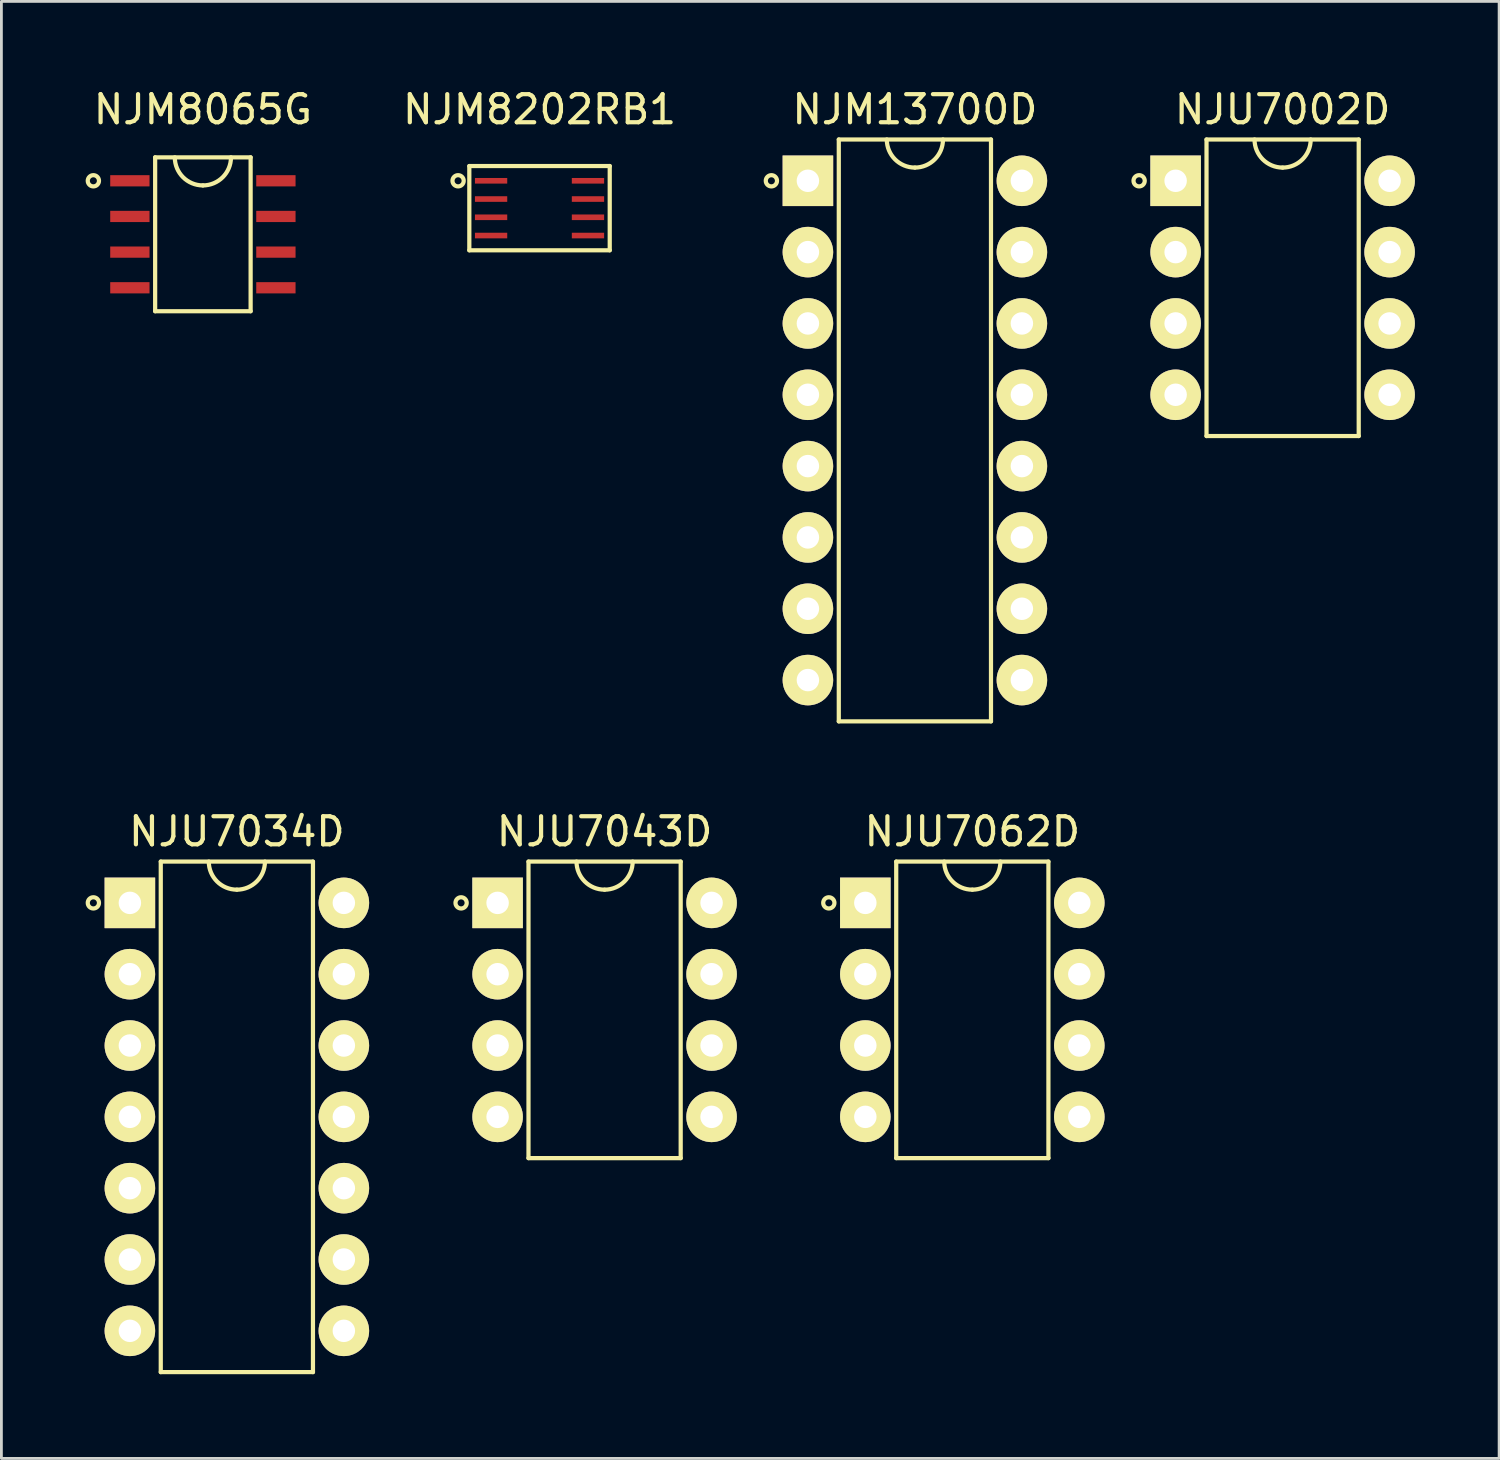
<source format=kicad_pcb>
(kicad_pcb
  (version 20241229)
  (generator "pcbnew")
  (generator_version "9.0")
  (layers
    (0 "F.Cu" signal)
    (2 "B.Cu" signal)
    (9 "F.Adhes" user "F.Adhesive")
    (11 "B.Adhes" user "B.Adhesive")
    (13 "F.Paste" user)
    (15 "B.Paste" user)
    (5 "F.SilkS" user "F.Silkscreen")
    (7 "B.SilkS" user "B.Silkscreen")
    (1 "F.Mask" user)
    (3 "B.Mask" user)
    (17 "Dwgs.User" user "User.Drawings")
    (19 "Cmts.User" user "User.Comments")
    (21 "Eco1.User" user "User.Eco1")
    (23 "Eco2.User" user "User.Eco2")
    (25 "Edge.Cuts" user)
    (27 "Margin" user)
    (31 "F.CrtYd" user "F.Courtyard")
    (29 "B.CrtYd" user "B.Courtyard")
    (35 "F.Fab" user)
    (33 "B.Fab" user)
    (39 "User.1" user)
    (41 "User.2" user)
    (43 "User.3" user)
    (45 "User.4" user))
  (footprint "NJU7034D"
    (layer "F.Cu")
    (at 1.575 29.102)
    (property "Reference" "NJU7034D" (at 3.81 -2.54 0) (layer "F.SilkS") (effects (font (size 1 1) (thickness 0.15))))
    (attr through_hole)
    (fp_line (start 1.1 -1.47) (end 6.52 -1.47) (stroke (width 0.15) (type solid)) (layer "F.SilkS"))
    (fp_line (start 1.1 16.71) (end 1.1 -1.47) (stroke (width 0.15) (type solid)) (layer "F.SilkS"))
    (fp_line (start 6.52 -1.47) (end 6.52 16.71) (stroke (width 0.15) (type solid)) (layer "F.SilkS"))
    (fp_line (start 6.52 16.71) (end 1.1 16.71) (stroke (width 0.15) (type solid)) (layer "F.SilkS"))
    (fp_arc (start 3.81 -0.47) (mid 3.102893 -0.762893) (end 2.81 -1.47) (stroke (width 0.15) (type solid)) (layer "F.SilkS"))
    (fp_arc (start 4.81 -1.47) (mid 4.517107 -0.762893) (end 3.81 -0.47) (stroke (width 0.15) (type solid)) (layer "F.SilkS"))
    (fp_circle (center -1.3 0) (end -1.3 0.2) (stroke (width 0.15) (type solid)) (fill no) (layer "F.SilkS"))
    (pad "1" thru_hole rect (at 0 0) (size 1.8 1.8) (drill 0.8) (layers "*.Cu" "*.Mask" "F.SilkS"))
    (pad "2" thru_hole circle (at 0 2.54) (size 1.8 1.8) (drill 0.8) (layers "*.Cu" "*.Mask" "F.SilkS"))
    (pad "3" thru_hole circle (at 0 5.08) (size 1.8 1.8) (drill 0.8) (layers "*.Cu" "*.Mask" "F.SilkS"))
    (pad "4" thru_hole circle (at 0 7.62) (size 1.8 1.8) (drill 0.8) (layers "*.Cu" "*.Mask" "F.SilkS"))
    (pad "5" thru_hole circle (at 0 10.16) (size 1.8 1.8) (drill 0.8) (layers "*.Cu" "*.Mask" "F.SilkS"))
    (pad "6" thru_hole circle (at 0 12.7) (size 1.8 1.8) (drill 0.8) (layers "*.Cu" "*.Mask" "F.SilkS"))
    (pad "7" thru_hole circle (at 0 15.24) (size 1.8 1.8) (drill 0.8) (layers "*.Cu" "*.Mask" "F.SilkS"))
    (pad "8" thru_hole circle (at 7.62 15.24) (size 1.8 1.8) (drill 0.8) (layers "*.Cu" "*.Mask" "F.SilkS"))
    (pad "9" thru_hole circle (at 7.62 12.7) (size 1.8 1.8) (drill 0.8) (layers "*.Cu" "*.Mask" "F.SilkS"))
    (pad "10" thru_hole circle (at 7.62 10.16) (size 1.8 1.8) (drill 0.8) (layers "*.Cu" "*.Mask" "F.SilkS"))
    (pad "11" thru_hole circle (at 7.62 7.62) (size 1.8 1.8) (drill 0.8) (layers "*.Cu" "*.Mask" "F.SilkS"))
    (pad "12" thru_hole circle (at 7.62 5.08) (size 1.8 1.8) (drill 0.8) (layers "*.Cu" "*.Mask" "F.SilkS"))
    (pad "13" thru_hole circle (at 7.62 2.54) (size 1.8 1.8) (drill 0.8) (layers "*.Cu" "*.Mask" "F.SilkS"))
    (pad "14" thru_hole circle (at 7.62 0) (size 1.8 1.8) (drill 0.8) (layers "*.Cu" "*.Mask" "F.SilkS")))
  (footprint "NJU7002D"
    (layer "F.Cu")
    (at 38.815 3.388)
    (property "Reference" "NJU7002D" (at 3.81 -2.54 0) (layer "F.SilkS") (effects (font (size 1 1) (thickness 0.15))))
    (attr through_hole)
    (fp_line (start 1.1 -1.47) (end 6.52 -1.47) (stroke (width 0.15) (type solid)) (layer "F.SilkS"))
    (fp_line (start 1.1 9.09) (end 1.1 -1.47) (stroke (width 0.15) (type solid)) (layer "F.SilkS"))
    (fp_line (start 6.52 -1.47) (end 6.52 9.09) (stroke (width 0.15) (type solid)) (layer "F.SilkS"))
    (fp_line (start 6.52 9.09) (end 1.1 9.09) (stroke (width 0.15) (type solid)) (layer "F.SilkS"))
    (fp_arc (start 3.81 -0.47) (mid 3.102893 -0.762893) (end 2.81 -1.47) (stroke (width 0.15) (type solid)) (layer "F.SilkS"))
    (fp_arc (start 4.81 -1.47) (mid 4.517107 -0.762893) (end 3.81 -0.47) (stroke (width 0.15) (type solid)) (layer "F.SilkS"))
    (fp_circle (center -1.3 0) (end -1.3 0.2) (stroke (width 0.15) (type solid)) (fill no) (layer "F.SilkS"))
    (pad "1" thru_hole rect (at 0 0) (size 1.8 1.8) (drill 0.8) (layers "*.Cu" "*.Mask" "F.SilkS"))
    (pad "2" thru_hole circle (at 0 2.54) (size 1.8 1.8) (drill 0.8) (layers "*.Cu" "*.Mask" "F.SilkS"))
    (pad "3" thru_hole circle (at 0 5.08) (size 1.8 1.8) (drill 0.8) (layers "*.Cu" "*.Mask" "F.SilkS"))
    (pad "4" thru_hole circle (at 0 7.62) (size 1.8 1.8) (drill 0.8) (layers "*.Cu" "*.Mask" "F.SilkS"))
    (pad "5" thru_hole circle (at 7.62 7.62) (size 1.8 1.8) (drill 0.8) (layers "*.Cu" "*.Mask" "F.SilkS"))
    (pad "6" thru_hole circle (at 7.62 5.08) (size 1.8 1.8) (drill 0.8) (layers "*.Cu" "*.Mask" "F.SilkS"))
    (pad "7" thru_hole circle (at 7.62 2.54) (size 1.8 1.8) (drill 0.8) (layers "*.Cu" "*.Mask" "F.SilkS"))
    (pad "8" thru_hole circle (at 7.62 0) (size 1.8 1.8) (drill 0.8) (layers "*.Cu" "*.Mask" "F.SilkS")))
  (footprint "NJM8065G"
    (layer "F.Cu")
    (at 1.575 3.388)
    (property "Reference" "NJM8065G" (at 2.6 -2.54 0) (layer "F.SilkS") (effects (font (size 1 1) (thickness 0.15))))
    (attr through_hole)
    (fp_line (start 0.9 -0.835) (end 4.3 -0.835) (stroke (width 0.15) (type solid)) (layer "F.SilkS"))
    (fp_line (start 0.9 4.645) (end 0.9 -0.835) (stroke (width 0.15) (type solid)) (layer "F.SilkS"))
    (fp_line (start 4.3 -0.835) (end 4.3 4.645) (stroke (width 0.15) (type solid)) (layer "F.SilkS"))
    (fp_line (start 4.3 4.645) (end 0.9 4.645) (stroke (width 0.15) (type solid)) (layer "F.SilkS"))
    (fp_arc (start 2.6 0.165) (mid 1.892893 -0.127893) (end 1.6 -0.835) (stroke (width 0.15) (type solid)) (layer "F.SilkS"))
    (fp_arc (start 3.6 -0.835) (mid 3.307107 -0.127893) (end 2.6 0.165) (stroke (width 0.15) (type solid)) (layer "F.SilkS"))
    (fp_circle (center -1.3 0) (end -1.3 0.2) (stroke (width 0.15) (type solid)) (fill no) (layer "F.SilkS"))
    (pad "1" smd rect (at 0 0) (size 1.4 0.4) (layers "F.Cu" "F.Mask" "F.Paste"))
    (pad "2" smd rect (at 0 1.27) (size 1.4 0.4) (layers "F.Cu" "F.Mask" "F.Paste"))
    (pad "3" smd rect (at 0 2.54) (size 1.4 0.4) (layers "F.Cu" "F.Mask" "F.Paste"))
    (pad "4" smd rect (at 0 3.81) (size 1.4 0.4) (layers "F.Cu" "F.Mask" "F.Paste"))
    (pad "5" smd rect (at 5.2 3.81) (size 1.4 0.4) (layers "F.Cu" "F.Mask" "F.Paste"))
    (pad "6" smd rect (at 5.2 2.54) (size 1.4 0.4) (layers "F.Cu" "F.Mask" "F.Paste"))
    (pad "7" smd rect (at 5.2 1.27) (size 1.4 0.4) (layers "F.Cu" "F.Mask" "F.Paste"))
    (pad "8" smd rect (at 5.2 0) (size 1.4 0.4) (layers "F.Cu" "F.Mask" "F.Paste")))
  (footprint "NJU7062D"
    (layer "F.Cu")
    (at 27.765 29.102)
    (property "Reference" "NJU7062D" (at 3.81 -2.54 0) (layer "F.SilkS") (effects (font (size 1 1) (thickness 0.15))))
    (attr through_hole)
    (fp_line (start 1.1 -1.47) (end 6.52 -1.47) (stroke (width 0.15) (type solid)) (layer "F.SilkS"))
    (fp_line (start 1.1 9.09) (end 1.1 -1.47) (stroke (width 0.15) (type solid)) (layer "F.SilkS"))
    (fp_line (start 6.52 -1.47) (end 6.52 9.09) (stroke (width 0.15) (type solid)) (layer "F.SilkS"))
    (fp_line (start 6.52 9.09) (end 1.1 9.09) (stroke (width 0.15) (type solid)) (layer "F.SilkS"))
    (fp_arc (start 3.81 -0.47) (mid 3.102893 -0.762893) (end 2.81 -1.47) (stroke (width 0.15) (type solid)) (layer "F.SilkS"))
    (fp_arc (start 4.81 -1.47) (mid 4.517107 -0.762893) (end 3.81 -0.47) (stroke (width 0.15) (type solid)) (layer "F.SilkS"))
    (fp_circle (center -1.3 0) (end -1.3 0.2) (stroke (width 0.15) (type solid)) (fill no) (layer "F.SilkS"))
    (pad "1" thru_hole rect (at 0 0) (size 1.8 1.8) (drill 0.8) (layers "*.Cu" "*.Mask" "F.SilkS"))
    (pad "2" thru_hole circle (at 0 2.54) (size 1.8 1.8) (drill 0.8) (layers "*.Cu" "*.Mask" "F.SilkS"))
    (pad "3" thru_hole circle (at 0 5.08) (size 1.8 1.8) (drill 0.8) (layers "*.Cu" "*.Mask" "F.SilkS"))
    (pad "4" thru_hole circle (at 0 7.62) (size 1.8 1.8) (drill 0.8) (layers "*.Cu" "*.Mask" "F.SilkS"))
    (pad "5" thru_hole circle (at 7.62 7.62) (size 1.8 1.8) (drill 0.8) (layers "*.Cu" "*.Mask" "F.SilkS"))
    (pad "6" thru_hole circle (at 7.62 5.08) (size 1.8 1.8) (drill 0.8) (layers "*.Cu" "*.Mask" "F.SilkS"))
    (pad "7" thru_hole circle (at 7.62 2.54) (size 1.8 1.8) (drill 0.8) (layers "*.Cu" "*.Mask" "F.SilkS"))
    (pad "8" thru_hole circle (at 7.62 0) (size 1.8 1.8) (drill 0.8) (layers "*.Cu" "*.Mask" "F.SilkS")))
  (footprint "NJM13700D"
    (layer "F.Cu")
    (at 25.72 3.388)
    (property "Reference" "NJM13700D" (at 3.81 -2.54 0) (layer "F.SilkS") (effects (font (size 1 1) (thickness 0.15))))
    (attr through_hole)
    (fp_line (start 1.1 -1.47) (end 6.52 -1.47) (stroke (width 0.15) (type solid)) (layer "F.SilkS"))
    (fp_line (start 1.1 19.25) (end 1.1 -1.47) (stroke (width 0.15) (type solid)) (layer "F.SilkS"))
    (fp_line (start 6.52 -1.47) (end 6.52 19.25) (stroke (width 0.15) (type solid)) (layer "F.SilkS"))
    (fp_line (start 6.52 19.25) (end 1.1 19.25) (stroke (width 0.15) (type solid)) (layer "F.SilkS"))
    (fp_arc (start 3.81 -0.47) (mid 3.102893 -0.762893) (end 2.81 -1.47) (stroke (width 0.15) (type solid)) (layer "F.SilkS"))
    (fp_arc (start 4.81 -1.47) (mid 4.517107 -0.762893) (end 3.81 -0.47) (stroke (width 0.15) (type solid)) (layer "F.SilkS"))
    (fp_circle (center -1.3 0) (end -1.3 0.2) (stroke (width 0.15) (type solid)) (fill no) (layer "F.SilkS"))
    (pad "1" thru_hole rect (at 0 0) (size 1.8 1.8) (drill 0.8) (layers "*.Cu" "*.Mask" "F.SilkS"))
    (pad "2" thru_hole circle (at 0 2.54) (size 1.8 1.8) (drill 0.8) (layers "*.Cu" "*.Mask" "F.SilkS"))
    (pad "3" thru_hole circle (at 0 5.08) (size 1.8 1.8) (drill 0.8) (layers "*.Cu" "*.Mask" "F.SilkS"))
    (pad "4" thru_hole circle (at 0 7.62) (size 1.8 1.8) (drill 0.8) (layers "*.Cu" "*.Mask" "F.SilkS"))
    (pad "5" thru_hole circle (at 0 10.16) (size 1.8 1.8) (drill 0.8) (layers "*.Cu" "*.Mask" "F.SilkS"))
    (pad "6" thru_hole circle (at 0 12.7) (size 1.8 1.8) (drill 0.8) (layers "*.Cu" "*.Mask" "F.SilkS"))
    (pad "7" thru_hole circle (at 0 15.24) (size 1.8 1.8) (drill 0.8) (layers "*.Cu" "*.Mask" "F.SilkS"))
    (pad "8" thru_hole circle (at 0 17.78) (size 1.8 1.8) (drill 0.8) (layers "*.Cu" "*.Mask" "F.SilkS"))
    (pad "9" thru_hole circle (at 7.62 17.78) (size 1.8 1.8) (drill 0.8) (layers "*.Cu" "*.Mask" "F.SilkS"))
    (pad "10" thru_hole circle (at 7.62 15.24) (size 1.8 1.8) (drill 0.8) (layers "*.Cu" "*.Mask" "F.SilkS"))
    (pad "11" thru_hole circle (at 7.62 12.7) (size 1.8 1.8) (drill 0.8) (layers "*.Cu" "*.Mask" "F.SilkS"))
    (pad "12" thru_hole circle (at 7.62 10.16) (size 1.8 1.8) (drill 0.8) (layers "*.Cu" "*.Mask" "F.SilkS"))
    (pad "13" thru_hole circle (at 7.62 7.62) (size 1.8 1.8) (drill 0.8) (layers "*.Cu" "*.Mask" "F.SilkS"))
    (pad "14" thru_hole circle (at 7.62 5.08) (size 1.8 1.8) (drill 0.8) (layers "*.Cu" "*.Mask" "F.SilkS"))
    (pad "15" thru_hole circle (at 7.62 2.54) (size 1.8 1.8) (drill 0.8) (layers "*.Cu" "*.Mask" "F.SilkS"))
    (pad "16" thru_hole circle (at 7.62 0) (size 1.8 1.8) (drill 0.8) (layers "*.Cu" "*.Mask" "F.SilkS")))
  (footprint "NJU7043D"
    (layer "F.Cu")
    (at 14.67 29.102)
    (property "Reference" "NJU7043D" (at 3.81 -2.54 0) (layer "F.SilkS") (effects (font (size 1 1) (thickness 0.15))))
    (attr through_hole)
    (fp_line (start 1.1 -1.47) (end 6.52 -1.47) (stroke (width 0.15) (type solid)) (layer "F.SilkS"))
    (fp_line (start 1.1 9.09) (end 1.1 -1.47) (stroke (width 0.15) (type solid)) (layer "F.SilkS"))
    (fp_line (start 6.52 -1.47) (end 6.52 9.09) (stroke (width 0.15) (type solid)) (layer "F.SilkS"))
    (fp_line (start 6.52 9.09) (end 1.1 9.09) (stroke (width 0.15) (type solid)) (layer "F.SilkS"))
    (fp_arc (start 3.81 -0.47) (mid 3.102893 -0.762893) (end 2.81 -1.47) (stroke (width 0.15) (type solid)) (layer "F.SilkS"))
    (fp_arc (start 4.81 -1.47) (mid 4.517107 -0.762893) (end 3.81 -0.47) (stroke (width 0.15) (type solid)) (layer "F.SilkS"))
    (fp_circle (center -1.3 0) (end -1.3 0.2) (stroke (width 0.15) (type solid)) (fill no) (layer "F.SilkS"))
    (pad "1" thru_hole rect (at 0 0) (size 1.8 1.8) (drill 0.8) (layers "*.Cu" "*.Mask" "F.SilkS"))
    (pad "2" thru_hole circle (at 0 2.54) (size 1.8 1.8) (drill 0.8) (layers "*.Cu" "*.Mask" "F.SilkS"))
    (pad "3" thru_hole circle (at 0 5.08) (size 1.8 1.8) (drill 0.8) (layers "*.Cu" "*.Mask" "F.SilkS"))
    (pad "4" thru_hole circle (at 0 7.62) (size 1.8 1.8) (drill 0.8) (layers "*.Cu" "*.Mask" "F.SilkS"))
    (pad "5" thru_hole circle (at 7.62 7.62) (size 1.8 1.8) (drill 0.8) (layers "*.Cu" "*.Mask" "F.SilkS"))
    (pad "6" thru_hole circle (at 7.62 5.08) (size 1.8 1.8) (drill 0.8) (layers "*.Cu" "*.Mask" "F.SilkS"))
    (pad "7" thru_hole circle (at 7.62 2.54) (size 1.8 1.8) (drill 0.8) (layers "*.Cu" "*.Mask" "F.SilkS"))
    (pad "8" thru_hole circle (at 7.62 0) (size 1.8 1.8) (drill 0.8) (layers "*.Cu" "*.Mask" "F.SilkS")))
  (footprint "NJM8202RB1"
    (layer "F.Cu")
    (at 14.438 3.388)
    (property "Reference" "NJM8202RB1" (at 1.725 -2.54 0) (layer "F.SilkS") (effects (font (size 1 1) (thickness 0.15))))
    (attr through_hole)
    (fp_line (start -0.775 -0.525) (end 4.225 -0.525) (stroke (width 0.15) (type solid)) (layer "F.SilkS"))
    (fp_line (start -0.775 2.475) (end -0.775 -0.525) (stroke (width 0.15) (type solid)) (layer "F.SilkS"))
    (fp_line (start 4.225 -0.525) (end 4.225 2.475) (stroke (width 0.15) (type solid)) (layer "F.SilkS"))
    (fp_line (start 4.225 2.475) (end -0.775 2.475) (stroke (width 0.15) (type solid)) (layer "F.SilkS"))
    (fp_circle (center -1.175 0) (end -1.175 0.2) (stroke (width 0.15) (type solid)) (fill no) (layer "F.SilkS"))
    (pad "1" smd rect (at 0 0) (size 1.15 0.2) (layers "F.Cu" "F.Mask" "F.Paste"))
    (pad "2" smd rect (at 0 0.65) (size 1.15 0.2) (layers "F.Cu" "F.Mask" "F.Paste"))
    (pad "3" smd rect (at 0 1.3) (size 1.15 0.2) (layers "F.Cu" "F.Mask" "F.Paste"))
    (pad "4" smd rect (at 0 1.95) (size 1.15 0.2) (layers "F.Cu" "F.Mask" "F.Paste"))
    (pad "5" smd rect (at 3.45 1.95) (size 1.15 0.2) (layers "F.Cu" "F.Mask" "F.Paste"))
    (pad "6" smd rect (at 3.45 1.3) (size 1.15 0.2) (layers "F.Cu" "F.Mask" "F.Paste"))
    (pad "7" smd rect (at 3.45 0.65) (size 1.15 0.2) (layers "F.Cu" "F.Mask" "F.Paste"))
    (pad "8" smd rect (at 3.45 0) (size 1.15 0.2) (layers "F.Cu" "F.Mask" "F.Paste")))
  (gr_rect
    (start -3 -3)
    (end 50.335 48.886)
    (stroke (width 0.1) (type default))
    (fill no)
    (layer "Edge.Cuts")))
</source>
